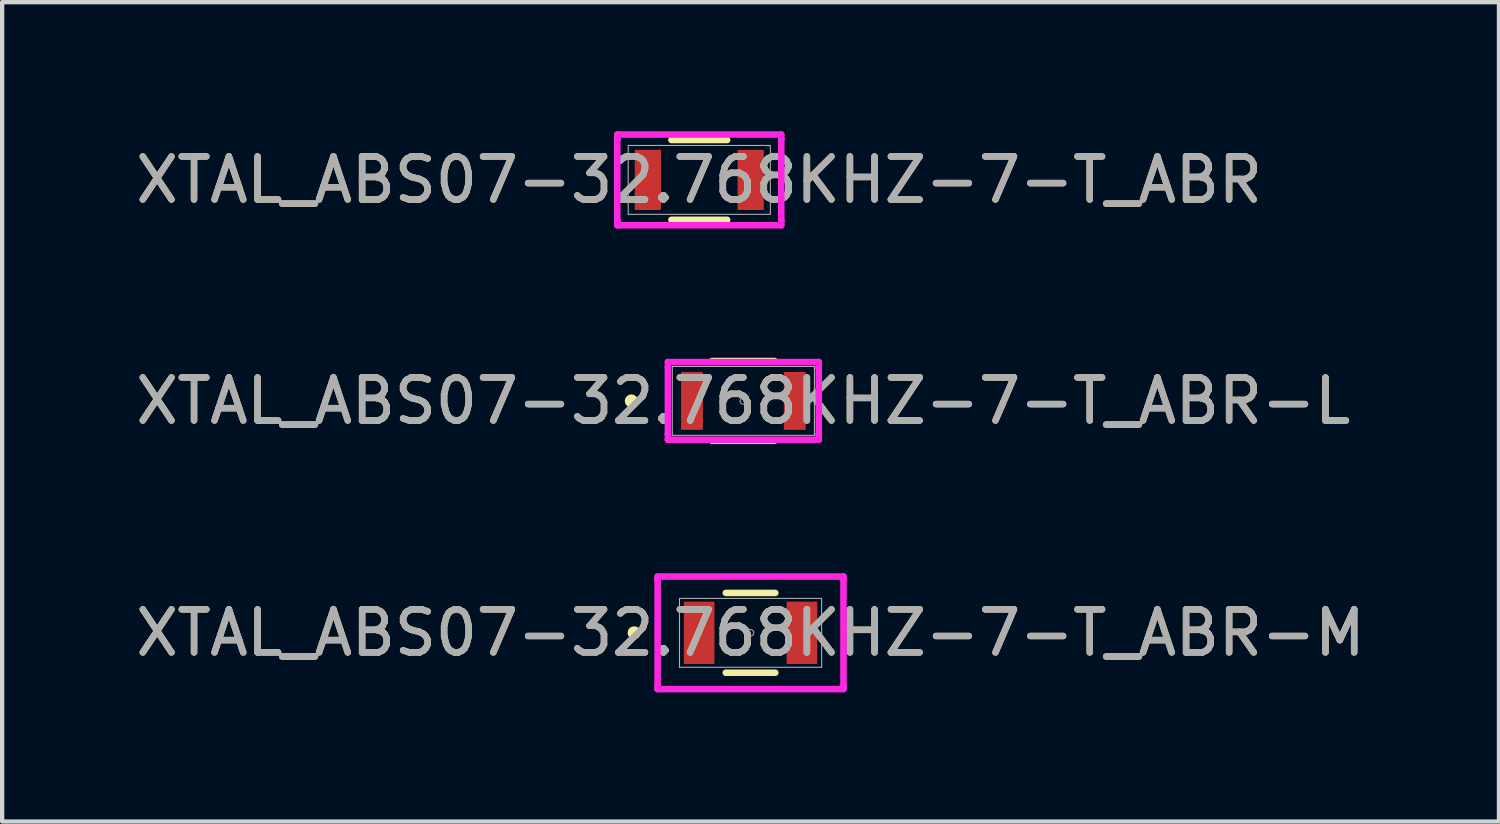
<source format=kicad_pcb>
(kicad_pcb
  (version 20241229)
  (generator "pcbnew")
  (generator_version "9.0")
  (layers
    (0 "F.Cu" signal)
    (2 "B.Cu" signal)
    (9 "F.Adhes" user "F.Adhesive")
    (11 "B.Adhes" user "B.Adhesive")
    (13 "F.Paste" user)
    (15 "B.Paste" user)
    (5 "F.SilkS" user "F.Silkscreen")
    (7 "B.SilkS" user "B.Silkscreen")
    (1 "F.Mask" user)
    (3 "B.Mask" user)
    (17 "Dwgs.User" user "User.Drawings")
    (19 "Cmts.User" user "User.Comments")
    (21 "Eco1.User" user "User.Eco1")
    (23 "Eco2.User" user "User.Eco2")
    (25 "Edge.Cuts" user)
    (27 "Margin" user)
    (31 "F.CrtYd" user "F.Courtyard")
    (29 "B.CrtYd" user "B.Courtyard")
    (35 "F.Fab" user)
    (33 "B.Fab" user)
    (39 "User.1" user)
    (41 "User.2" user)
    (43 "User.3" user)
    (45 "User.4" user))
  (footprint "XTAL_ABS07-32.768KHZ-7-T_ABR"
    (layer "F.Cu")
    (at 13.196 1.13)
    (property "Reference" "XTAL_ABS07-32.768KHZ-7-T_ABR" (at 0 0 0) (unlocked yes) (layer "F.SilkS") (effects (font (size 1 1) (thickness 0.15))))
    (attr smd)
    (fp_line (start -0.647 0.927) (end 0.647 0.927) (stroke (width 0.152) (type solid)) (layer "F.SilkS"))
    (fp_line (start 0.647 -0.927) (end -0.647 -0.927) (stroke (width 0.152) (type solid)) (layer "F.SilkS"))
    (fp_line (start -1.905 -1.054) (end 1.905 -1.054) (stroke (width 0.152) (type solid)) (layer "F.CrtYd"))
    (fp_line (start -1.905 -0.953) (end -1.905 -1.054) (stroke (width 0.152) (type solid)) (layer "F.CrtYd"))
    (fp_line (start -1.905 -0.953) (end -1.905 -0.953) (stroke (width 0.152) (type solid)) (layer "F.CrtYd"))
    (fp_line (start -1.905 0.953) (end -1.905 -0.953) (stroke (width 0.152) (type solid)) (layer "F.CrtYd"))
    (fp_line (start -1.905 0.953) (end -1.905 0.953) (stroke (width 0.152) (type solid)) (layer "F.CrtYd"))
    (fp_line (start -1.905 1.054) (end -1.905 0.953) (stroke (width 0.152) (type solid)) (layer "F.CrtYd"))
    (fp_line (start 1.905 -1.054) (end 1.905 -0.953) (stroke (width 0.152) (type solid)) (layer "F.CrtYd"))
    (fp_line (start 1.905 -0.953) (end 1.905 -0.953) (stroke (width 0.152) (type solid)) (layer "F.CrtYd"))
    (fp_line (start 1.905 -0.953) (end 1.905 0.953) (stroke (width 0.152) (type solid)) (layer "F.CrtYd"))
    (fp_line (start 1.905 0.953) (end 1.905 0.953) (stroke (width 0.152) (type solid)) (layer "F.CrtYd"))
    (fp_line (start 1.905 0.953) (end 1.905 1.054) (stroke (width 0.152) (type solid)) (layer "F.CrtYd"))
    (fp_line (start 1.905 1.054) (end -1.905 1.054) (stroke (width 0.152) (type solid)) (layer "F.CrtYd"))
    (fp_line (start -1.651 -0.8) (end -1.651 0.8) (stroke (width 0.025) (type solid)) (layer "F.Fab"))
    (fp_line (start -1.651 0.8) (end 1.651 0.8) (stroke (width 0.025) (type solid)) (layer "F.Fab"))
    (fp_line (start 1.651 -0.8) (end -1.651 -0.8) (stroke (width 0.025) (type solid)) (layer "F.Fab"))
    (fp_line (start 1.651 0.8) (end 1.651 -0.8) (stroke (width 0.025) (type solid)) (layer "F.Fab"))
    (fp_circle (center 0 0) (end 0 0) (stroke (width 0.025) (type solid)) (fill no) (layer "F.Fab"))
    (fp_text user "${REFERENCE}" (at 0 0 0) (unlocked yes) (layer "F.Fab") (effects (font (size 1 1) (thickness 0.15))))
    (pad "1" smd rect (at -1.194 0) (size 0.61 1.397) (layers "F.Cu" "F.Mask" "F.Paste"))
    (pad "2" smd rect (at 1.194 0) (size 0.61 1.397) (layers "F.Cu" "F.Mask" "F.Paste")))
  (footprint "XTAL_ABS07-32.768KHZ-7-T_ABR-L"
    (layer "F.Cu")
    (at 14.22 6.264)
    (property "Reference" "XTAL_ABS07-32.768KHZ-7-T_ABR-L" (at 0 0 0) (unlocked yes) (layer "F.SilkS") (effects (font (size 1 1) (thickness 0.15))))
    (attr smd)
    (fp_line (start -0.725 0.927) (end 0.725 0.927) (stroke (width 0.152) (type solid)) (layer "F.SilkS"))
    (fp_line (start 0.725 -0.927) (end -0.725 -0.927) (stroke (width 0.152) (type solid)) (layer "F.SilkS"))
    (fp_circle (center -2.603 0) (end -2.527 0) (stroke (width 0.152) (type solid)) (fill no) (layer "F.SilkS"))
    (fp_line (start -1.753 -0.902) (end 1.753 -0.902) (stroke (width 0.152) (type solid)) (layer "F.CrtYd"))
    (fp_line (start -1.753 -0.775) (end -1.753 -0.902) (stroke (width 0.152) (type solid)) (layer "F.CrtYd"))
    (fp_line (start -1.753 -0.775) (end -1.753 -0.775) (stroke (width 0.152) (type solid)) (layer "F.CrtYd"))
    (fp_line (start -1.753 0.775) (end -1.753 -0.775) (stroke (width 0.152) (type solid)) (layer "F.CrtYd"))
    (fp_line (start -1.753 0.775) (end -1.753 0.775) (stroke (width 0.152) (type solid)) (layer "F.CrtYd"))
    (fp_line (start -1.753 0.902) (end -1.753 0.775) (stroke (width 0.152) (type solid)) (layer "F.CrtYd"))
    (fp_line (start 1.753 -0.902) (end 1.753 -0.775) (stroke (width 0.152) (type solid)) (layer "F.CrtYd"))
    (fp_line (start 1.753 -0.775) (end 1.753 -0.775) (stroke (width 0.152) (type solid)) (layer "F.CrtYd"))
    (fp_line (start 1.753 -0.775) (end 1.753 0.775) (stroke (width 0.152) (type solid)) (layer "F.CrtYd"))
    (fp_line (start 1.753 0.775) (end 1.753 0.775) (stroke (width 0.152) (type solid)) (layer "F.CrtYd"))
    (fp_line (start 1.753 0.775) (end 1.753 0.902) (stroke (width 0.152) (type solid)) (layer "F.CrtYd"))
    (fp_line (start 1.753 0.902) (end -1.753 0.902) (stroke (width 0.152) (type solid)) (layer "F.CrtYd"))
    (fp_line (start -1.651 -0.8) (end -1.651 0.8) (stroke (width 0.025) (type solid)) (layer "F.Fab"))
    (fp_line (start -1.651 0.8) (end 1.651 0.8) (stroke (width 0.025) (type solid)) (layer "F.Fab"))
    (fp_line (start 1.651 -0.8) (end -1.651 -0.8) (stroke (width 0.025) (type solid)) (layer "F.Fab"))
    (fp_line (start 1.651 0.8) (end 1.651 -0.8) (stroke (width 0.025) (type solid)) (layer "F.Fab"))
    (fp_circle (center 0 0) (end 0.076 0) (stroke (width 0.025) (type solid)) (fill no) (layer "F.Fab"))
    (fp_text user "${REFERENCE}" (at 0 0 0) (unlocked yes) (layer "F.Fab") (effects (font (size 1 1) (thickness 0.15))))
    (pad "1" smd rect (at -1.194 0) (size 0.508 1.346) (layers "F.Cu" "F.Mask" "F.Paste"))
    (pad "2" smd rect (at 1.194 0) (size 0.508 1.346) (layers "F.Cu" "F.Mask" "F.Paste")))
  (footprint "XTAL_ABS07-32.768KHZ-7-T_ABR-M"
    (layer "F.Cu")
    (at 14.387 11.652)
    (property "Reference" "XTAL_ABS07-32.768KHZ-7-T_ABR-M" (at 0 0 0) (unlocked yes) (layer "F.SilkS") (effects (font (size 1 1) (thickness 0.15))))
    (attr smd)
    (fp_line (start -0.575 0.927) (end 0.575 0.927) (stroke (width 0.152) (type solid)) (layer "F.SilkS"))
    (fp_line (start 0.575 -0.927) (end -0.575 -0.927) (stroke (width 0.152) (type solid)) (layer "F.SilkS"))
    (fp_circle (center -2.705 0) (end -2.629 0) (stroke (width 0.152) (type solid)) (fill no) (layer "F.SilkS"))
    (fp_line (start -2.159 -1.308) (end 2.159 -1.308) (stroke (width 0.152) (type solid)) (layer "F.CrtYd"))
    (fp_line (start -2.159 -1.232) (end -2.159 -1.308) (stroke (width 0.152) (type solid)) (layer "F.CrtYd"))
    (fp_line (start -2.159 -1.232) (end -2.159 -1.232) (stroke (width 0.152) (type solid)) (layer "F.CrtYd"))
    (fp_line (start -2.159 1.232) (end -2.159 -1.232) (stroke (width 0.152) (type solid)) (layer "F.CrtYd"))
    (fp_line (start -2.159 1.232) (end -2.159 1.232) (stroke (width 0.152) (type solid)) (layer "F.CrtYd"))
    (fp_line (start -2.159 1.308) (end -2.159 1.232) (stroke (width 0.152) (type solid)) (layer "F.CrtYd"))
    (fp_line (start 2.159 -1.308) (end 2.159 -1.232) (stroke (width 0.152) (type solid)) (layer "F.CrtYd"))
    (fp_line (start 2.159 -1.232) (end 2.159 -1.232) (stroke (width 0.152) (type solid)) (layer "F.CrtYd"))
    (fp_line (start 2.159 -1.232) (end 2.159 1.232) (stroke (width 0.152) (type solid)) (layer "F.CrtYd"))
    (fp_line (start 2.159 1.232) (end 2.159 1.232) (stroke (width 0.152) (type solid)) (layer "F.CrtYd"))
    (fp_line (start 2.159 1.232) (end 2.159 1.308) (stroke (width 0.152) (type solid)) (layer "F.CrtYd"))
    (fp_line (start 2.159 1.308) (end -2.159 1.308) (stroke (width 0.152) (type solid)) (layer "F.CrtYd"))
    (fp_line (start -1.651 -0.8) (end -1.651 0.8) (stroke (width 0.025) (type solid)) (layer "F.Fab"))
    (fp_line (start -1.651 0.8) (end 1.651 0.8) (stroke (width 0.025) (type solid)) (layer "F.Fab"))
    (fp_line (start 1.651 -0.8) (end -1.651 -0.8) (stroke (width 0.025) (type solid)) (layer "F.Fab"))
    (fp_line (start 1.651 0.8) (end 1.651 -0.8) (stroke (width 0.025) (type solid)) (layer "F.Fab"))
    (fp_circle (center 0 0) (end 0.076 0) (stroke (width 0.025) (type solid)) (fill no) (layer "F.Fab"))
    (fp_text user "${REFERENCE}" (at 0 0 0) (unlocked yes) (layer "F.Fab") (effects (font (size 1 1) (thickness 0.15))))
    (pad "1" smd rect (at -1.194 0) (size 0.711 1.448) (layers "F.Cu" "F.Mask" "F.Paste"))
    (pad "2" smd rect (at 1.194 0) (size 0.711 1.448) (layers "F.Cu" "F.Mask" "F.Paste")))
  (gr_rect
    (start -3 -3)
    (end 31.774 16.036)
    (stroke (width 0.1) (type default))
    (fill no)
    (layer "Edge.Cuts")))
</source>
